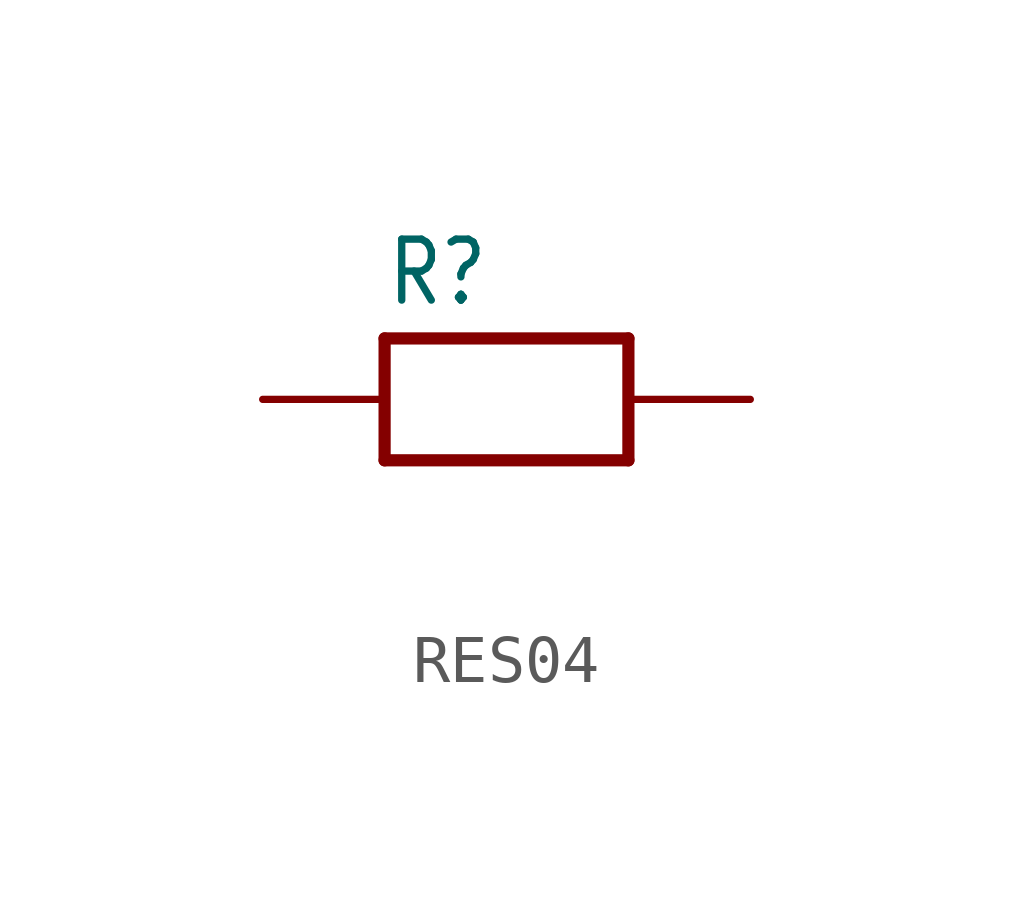
<source format=kicad_sym>
(kicad_symbol_lib
  (version 20241209)
  (generator "kicad_symbol_editor")
  (generator_version "9.0")
  (symbol "RES04"
    (property "Reference" "R"
      (at -2.54 1.905 0)
      (effects (font (size 1.27 1.079)) (justify left bottom)))
    (property "Value" ""
      (at -2.54 -3.81 0)
      (effects (font (size 1.27 1.079)) (justify left bottom)))
    (property "ki_locked" ""
      (at 0 0 0)
      (effects (font (size 1.27 1.27))))
    (symbol "RES04_1_0"
      (polyline (pts (xy -2.54 1.27) (xy -2.54 -1.27)) (stroke (width 0.254) (type solid)) (fill (type none)))
      (polyline (pts (xy -2.54 -1.27) (xy 2.54 -1.27)) (stroke (width 0.254) (type solid)) (fill (type none)))
      (polyline (pts (xy 2.54 1.27) (xy -2.54 1.27)) (stroke (width 0.254) (type solid)) (fill (type none)))
      (polyline (pts (xy 2.54 -1.27) (xy 2.54 1.27)) (stroke (width 0.254) (type solid)) (fill (type none)))
      (pin passive line (at -5.08 0 0) (length 2.54) (name "1" (effects (font (size 0 0)))) (number "1" (effects (font (size 0 0)))))
      (pin passive line (at 5.08 0 180) (length 2.54) (name "2" (effects (font (size 0 0)))) (number "2" (effects (font (size 0 0))))))))
</source>
